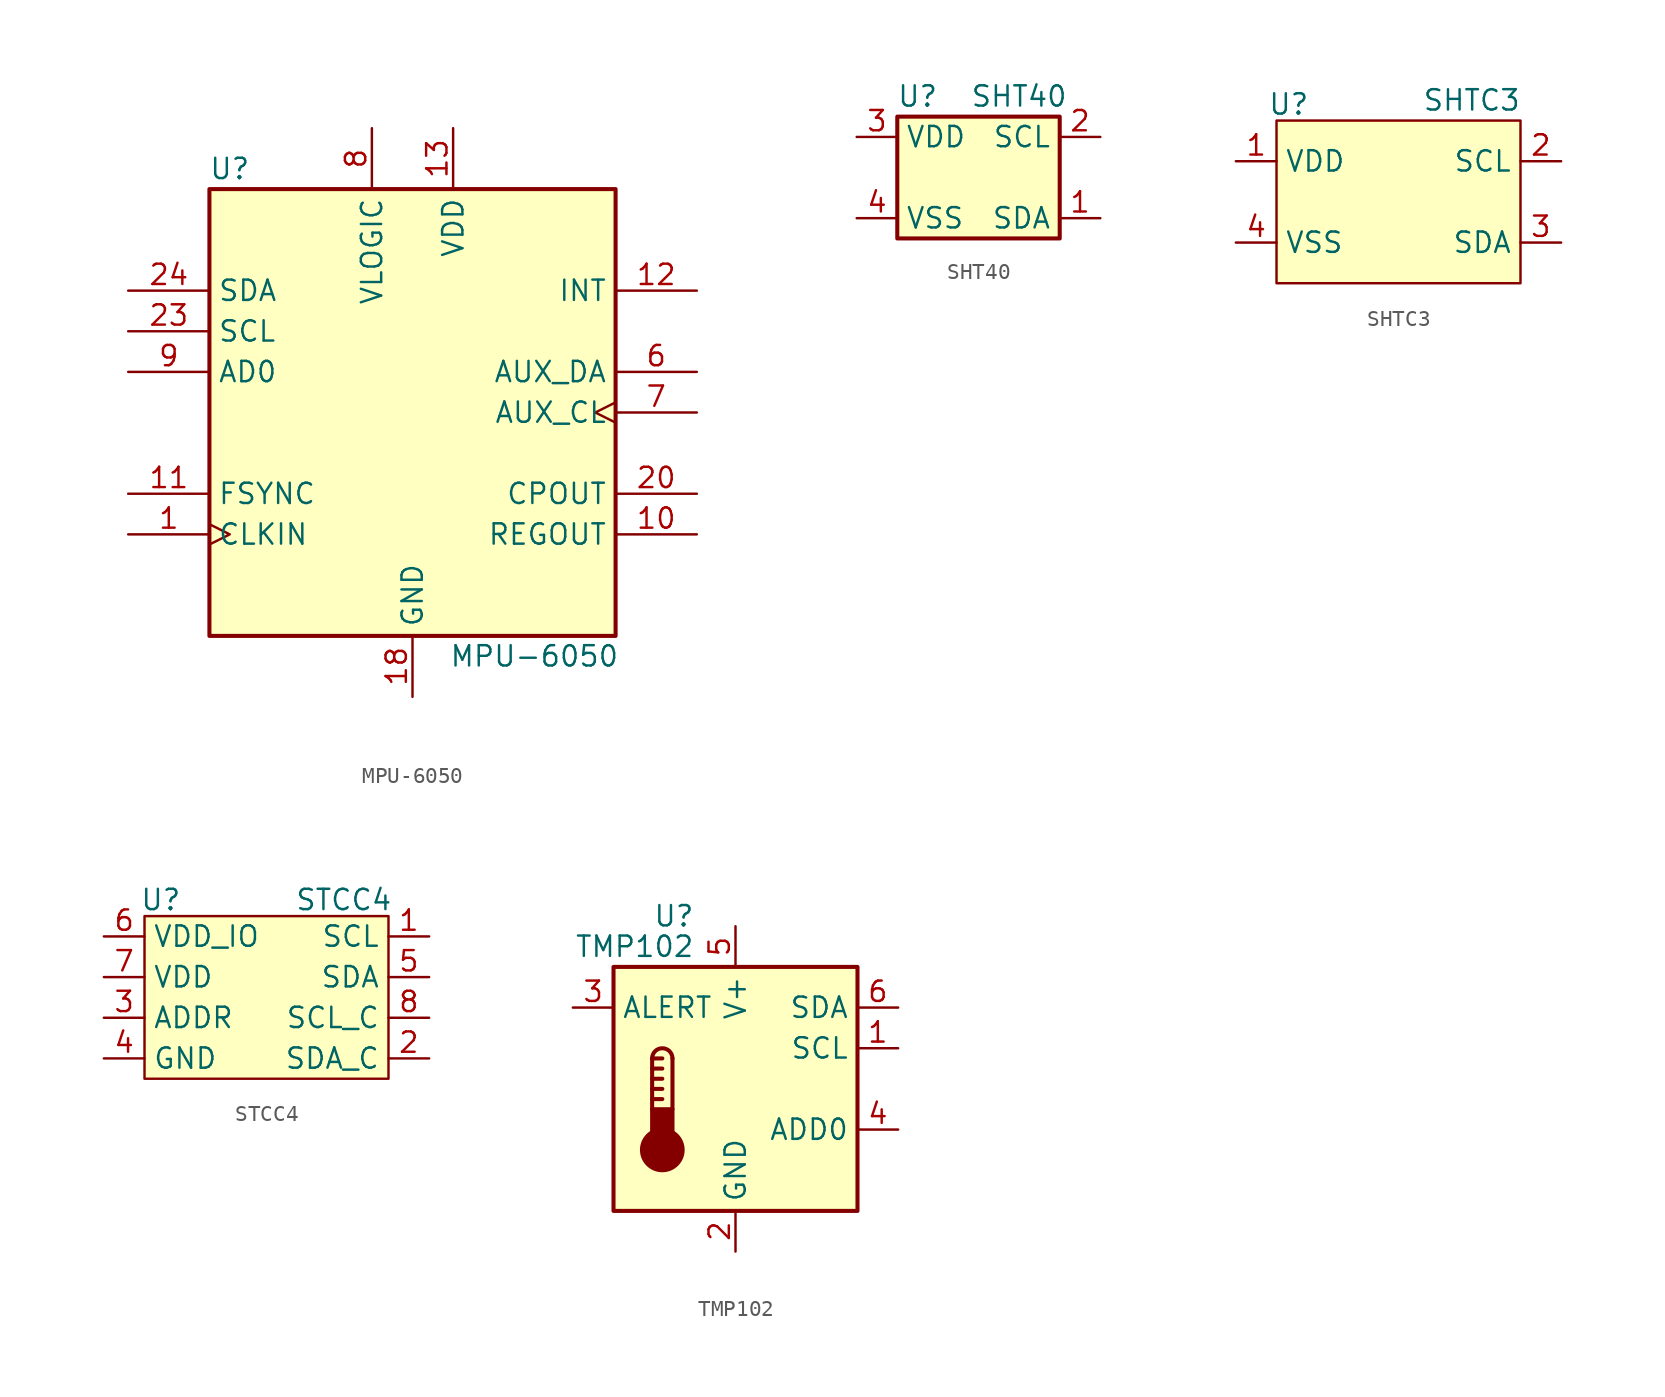
<source format=kicad_sym>
(kicad_symbol_lib
  (version 20241209)
  (generator "kicad_symbol_editor")
  (generator_version "9.0")
  (symbol "MPU-6050"
    (property "Reference" "U"
      (at -11.43 15.24 0)
      (effects (font (size 1.27 1.27))))
    (property "Value" "MPU-6050"
      (at 7.62 -15.24 0)
      (effects (font (size 1.27 1.27))))
    (symbol "MPU-6050_0_0"
      (text "" (at 12.7 -2.54 0) (effects (font (size 1.27 1.27)))))
    (symbol "MPU-6050_0_1"
      (rectangle (start -12.7 13.97) (end 12.7 -13.97) (stroke (width 0.254) (type default)) (fill (type background))))
    (symbol "MPU-6050_1_1"
      (pin bidirectional line (at -17.78 7.62 0) (length 5.08) (name "SDA" (effects (font (size 1.27 1.27)))) (number "24" (effects (font (size 1.27 1.27)))))
      (pin input line (at -17.78 5.08 0) (length 5.08) (name "SCL" (effects (font (size 1.27 1.27)))) (number "23" (effects (font (size 1.27 1.27)))))
      (pin input line (at -17.78 2.54 0) (length 5.08) (name "AD0" (effects (font (size 1.27 1.27)))) (number "9" (effects (font (size 1.27 1.27)))))
      (pin input line (at -17.78 -5.08 0) (length 5.08) (name "FSYNC" (effects (font (size 1.27 1.27)))) (number "11" (effects (font (size 1.27 1.27)))))
      (pin input clock (at -17.78 -7.62 0) (length 5.08) (name "CLKIN" (effects (font (size 1.27 1.27)))) (number "1" (effects (font (size 1.27 1.27)))))
      (pin no_connect line (at -12.7 12.7 0) (length 2.54) (hide yes) (name "NC" (effects (font (size 1.27 1.27)))) (number "2" (effects (font (size 1.27 1.27)))))
      (pin no_connect line (at -12.7 10.16 0) (length 2.54) (hide yes) (name "NC" (effects (font (size 1.27 1.27)))) (number "3" (effects (font (size 1.27 1.27)))))
      (pin no_connect line (at -12.7 0 0) (length 2.54) (hide yes) (name "NC" (effects (font (size 1.27 1.27)))) (number "4" (effects (font (size 1.27 1.27)))))
      (pin no_connect line (at -12.7 -2.54 0) (length 2.54) (hide yes) (name "NC" (effects (font (size 1.27 1.27)))) (number "5" (effects (font (size 1.27 1.27)))))
      (pin no_connect line (at -12.7 -10.16 0) (length 2.54) (hide yes) (name "NC" (effects (font (size 1.27 1.27)))) (number "14" (effects (font (size 1.27 1.27)))))
      (pin power_in line (at -2.54 17.78 270) (length 3.81) (name "VLOGIC" (effects (font (size 1.27 1.27)))) (number "8" (effects (font (size 1.27 1.27)))))
      (pin power_in line (at 0 -17.78 90) (length 3.81) (name "GND" (effects (font (size 1.27 1.27)))) (number "18" (effects (font (size 1.27 1.27)))))
      (pin power_in line (at 2.54 17.78 270) (length 3.81) (name "VDD" (effects (font (size 1.27 1.27)))) (number "13" (effects (font (size 1.27 1.27)))))
      (pin no_connect line (at 12.7 12.7 180) (length 2.54) (hide yes) (name "NC" (effects (font (size 1.27 1.27)))) (number "15" (effects (font (size 1.27 1.27)))))
      (pin no_connect line (at 12.7 10.16 180) (length 2.54) (hide yes) (name "NC" (effects (font (size 1.27 1.27)))) (number "16" (effects (font (size 1.27 1.27)))))
      (pin no_connect line (at 12.7 5.08 180) (length 2.54) (hide yes) (name "NC" (effects (font (size 1.27 1.27)))) (number "17" (effects (font (size 1.27 1.27)))))
      (pin no_connect line (at 12.7 -2.54 180) (length 2.54) (hide yes) (name "RESV" (effects (font (size 1.27 1.27)))) (number "21" (effects (font (size 1.27 1.27)))))
      (pin no_connect line (at 12.7 -10.16 180) (length 2.54) (hide yes) (name "RESV" (effects (font (size 1.27 1.27)))) (number "19" (effects (font (size 1.27 1.27)))))
      (pin no_connect line (at 12.7 -12.7 180) (length 2.54) (hide yes) (name "RESV" (effects (font (size 1.27 1.27)))) (number "22" (effects (font (size 1.27 1.27)))))
      (pin output line (at 17.78 7.62 180) (length 5.08) (name "INT" (effects (font (size 1.27 1.27)))) (number "12" (effects (font (size 1.27 1.27)))))
      (pin bidirectional line (at 17.78 2.54 180) (length 5.08) (name "AUX_DA" (effects (font (size 1.27 1.27)))) (number "6" (effects (font (size 1.27 1.27)))))
      (pin output clock (at 17.78 0 180) (length 5.08) (name "AUX_CL" (effects (font (size 1.27 1.27)))) (number "7" (effects (font (size 1.27 1.27)))))
      (pin passive line (at 17.78 -5.08 180) (length 5.08) (name "CPOUT" (effects (font (size 1.27 1.27)))) (number "20" (effects (font (size 1.27 1.27)))))
      (pin passive line (at 17.78 -7.62 180) (length 5.08) (name "REGOUT" (effects (font (size 1.27 1.27)))) (number "10" (effects (font (size 1.27 1.27)))))))
  (symbol "SHT40"
    (property "Reference" "U"
      (at -3.81 5.08 0)
      (effects (font (size 1.27 1.27))))
    (property "Value" "SHT40"
      (at 2.54 5.08 0)
      (effects (font (size 1.27 1.27))))
    (symbol "SHT40_1_1"
      (rectangle (start -5.08 3.81) (end 5.08 -3.81) (stroke (width 0.254) (type default)) (fill (type background)))
      (pin power_in line (at -7.62 2.54 0) (length 2.54) (name "VDD" (effects (font (size 1.27 1.27)))) (number "3" (effects (font (size 1.27 1.27)))))
      (pin power_in line (at -7.62 -2.54 0) (length 2.54) (name "VSS" (effects (font (size 1.27 1.27)))) (number "4" (effects (font (size 1.27 1.27)))))
      (pin input line (at 7.62 2.54 180) (length 2.54) (name "SCL" (effects (font (size 1.27 1.27)))) (number "2" (effects (font (size 1.27 1.27)))))
      (pin bidirectional line (at 7.62 -2.54 180) (length 2.54) (name "SDA" (effects (font (size 1.27 1.27)))) (number "1" (effects (font (size 1.27 1.27)))))))
  (symbol "SHTC3"
    (property "Reference" "U"
      (at -6.858 6.096 0)
      (effects (font (size 1.27 1.27))))
    (property "Value" "SHTC3"
      (at 4.572 6.35 0)
      (effects (font (size 1.27 1.27))))
    (symbol "SHTC3_1_0"
      (pin bidirectional line (at -10.16 2.54 0) (length 2.54) (name "VDD" (effects (font (size 1.27 1.27)))) (number "1" (effects (font (size 1.27 1.27)))))
      (pin bidirectional line (at -10.16 -2.54 0) (length 2.54) (name "VSS" (effects (font (size 1.27 1.27)))) (number "4" (effects (font (size 1.27 1.27)))))
      (pin bidirectional line (at 10.16 2.54 180) (length 2.54) (name "SCL" (effects (font (size 1.27 1.27)))) (number "2" (effects (font (size 1.27 1.27)))))
      (pin bidirectional line (at 10.16 -2.54 180) (length 2.54) (name "SDA" (effects (font (size 1.27 1.27)))) (number "3" (effects (font (size 1.27 1.27))))))
    (symbol "SHTC3_1_1"
      (rectangle (start -7.62 5.08) (end 7.62 -5.08) (stroke (width 0) (type solid)) (fill (type background)))))
  (symbol "STCC4"
    (property "Reference" "U"
      (at -6.604 4.826 0)
      (effects (font (size 1.27 1.27))))
    (property "Value" "STCC4"
      (at 4.826 4.826 0)
      (effects (font (size 1.27 1.27))))
    (symbol "STCC4_1_0"
      (pin power_in line (at -10.16 2.54 0) (length 2.54) (name "VDD_IO" (effects (font (size 1.27 1.27)))) (number "6" (effects (font (size 1.27 1.27)))))
      (pin power_in line (at -10.16 0 0) (length 2.54) (name "VDD" (effects (font (size 1.27 1.27)))) (number "7" (effects (font (size 1.27 1.27)))))
      (pin bidirectional line (at -10.16 -2.54 0) (length 2.54) (name "ADDR" (effects (font (size 1.27 1.27)))) (number "3" (effects (font (size 1.27 1.27)))))
      (pin power_in line (at -10.16 -5.08 0) (length 2.54) (name "GND" (effects (font (size 1.27 1.27)))) (number "4" (effects (font (size 1.27 1.27)))))
      (pin bidirectional line (at 10.16 2.54 180) (length 2.54) (name "SCL" (effects (font (size 1.27 1.27)))) (number "1" (effects (font (size 1.27 1.27)))))
      (pin bidirectional line (at 10.16 0 180) (length 2.54) (name "SDA" (effects (font (size 1.27 1.27)))) (number "5" (effects (font (size 1.27 1.27)))))
      (pin bidirectional line (at 10.16 -2.54 180) (length 2.54) (name "SCL_C" (effects (font (size 1.27 1.27)))) (number "8" (effects (font (size 1.27 1.27)))))
      (pin bidirectional line (at 10.16 -5.08 180) (length 2.54) (name "SDA_C" (effects (font (size 1.27 1.27)))) (number "2" (effects (font (size 1.27 1.27))))))
    (symbol "STCC4_1_1"
      (rectangle (start -7.62 3.81) (end 7.62 -6.35) (stroke (width 0) (type solid)) (fill (type background)))))
  (symbol "TMP102"
    (property "Reference" "U"
      (at -2.54 10.795 0)
      (effects (font (size 1.27 1.27)) (justify right)))
    (property "Value" "TMP102"
      (at -2.54 8.89 0)
      (effects (font (size 1.27 1.27)) (justify right)))
    (symbol "TMP102_0_1"
      (rectangle (start -7.62 7.62) (end 7.62 -7.62) (stroke (width 0.254) (type default)) (fill (type background))))
    (symbol "TMP102_1_1"
      (polyline (pts (xy -5.207 1.905) (xy -5.207 -1.27)) (stroke (width 0.254) (type default)) (fill (type none)))
      (polyline (pts (xy -5.207 1.905) (xy -4.572 1.905)) (stroke (width 0.254) (type default)) (fill (type none)))
      (polyline (pts (xy -5.207 1.27) (xy -4.572 1.27)) (stroke (width 0.254) (type default)) (fill (type none)))
      (polyline (pts (xy -5.207 0.635) (xy -4.572 0.635)) (stroke (width 0.254) (type default)) (fill (type none)))
      (polyline (pts (xy -5.207 0) (xy -4.572 0)) (stroke (width 0.254) (type default)) (fill (type none)))
      (polyline (pts (xy -5.207 -0.635) (xy -4.572 -0.635)) (stroke (width 0.254) (type default)) (fill (type none)))
      (arc (start -5.207 1.905) (mid -4.572 2.5373) (end -3.937 1.905) (stroke (width 0.254) (type default)) (fill (type none)))
      (circle (center -4.572 -3.81) (radius 1.27) (stroke (width 0.254) (type default)) (fill (type outline)))
      (polyline (pts (xy -3.937 1.905) (xy -3.937 -1.27)) (stroke (width 0.254) (type default)) (fill (type none)))
      (rectangle (start -3.937 -3.175) (end -5.207 -1.27) (stroke (width 0.254) (type default)) (fill (type outline)))
      (pin open_collector line (at -10.16 5.08 0) (length 2.54) (name "ALERT" (effects (font (size 1.27 1.27)))) (number "3" (effects (font (size 1.27 1.27)))))
      (pin power_in line (at 0 10.16 270) (length 2.54) (name "V+" (effects (font (size 1.27 1.27)))) (number "5" (effects (font (size 1.27 1.27)))))
      (pin power_in line (at 0 -10.16 90) (length 2.54) (name "GND" (effects (font (size 1.27 1.27)))) (number "2" (effects (font (size 1.27 1.27)))))
      (pin bidirectional line (at 10.16 5.08 180) (length 2.54) (name "SDA" (effects (font (size 1.27 1.27)))) (number "6" (effects (font (size 1.27 1.27)))))
      (pin input line (at 10.16 2.54 180) (length 2.54) (name "SCL" (effects (font (size 1.27 1.27)))) (number "1" (effects (font (size 1.27 1.27)))))
      (pin input line (at 10.16 -2.54 180) (length 2.54) (name "ADD0" (effects (font (size 1.27 1.27)))) (number "4" (effects (font (size 1.27 1.27))))))))
</source>
